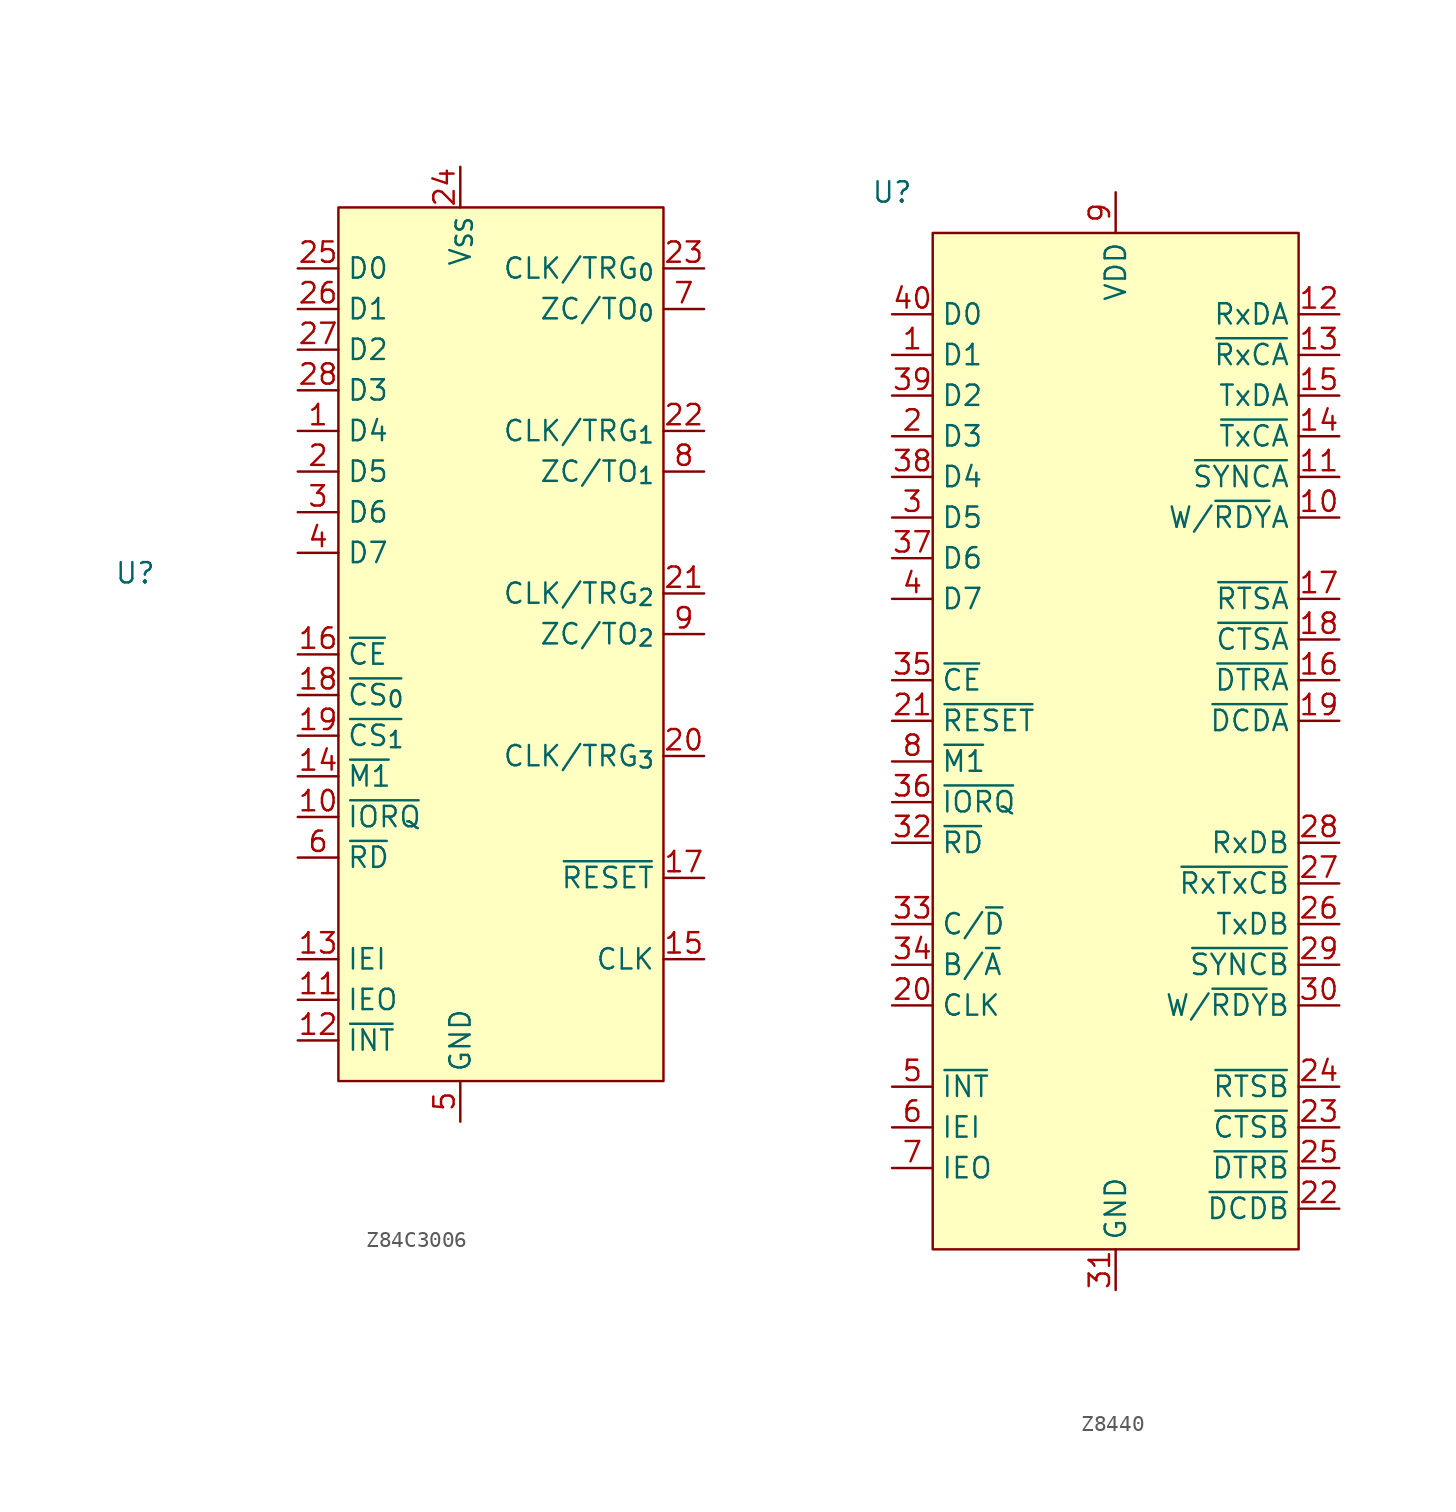
<source format=kicad_sym>
(kicad_symbol_lib
  (version 20220914)
  (generator kicad_symbol_editor)
  (symbol "Z84C3006"
    (property "Reference" "U"
      (at 0 0 0)
      (effects (font (size 1.27 1.27))))
    (property "Value" ""
      (at 0 0 0)
      (effects (font (size 1.27 1.27))))
    (symbol "Z84C3006_0_0"
      (pin bidirectional line (at 10.16 8.89 0) (length 2.54) (name "D4" (effects (font (size 1.27 1.27)))) (number "1" (effects (font (size 1.27 1.27)))))
      (pin input line (at 10.16 -15.24 0) (length 2.54) (name "~{IORQ}" (effects (font (size 1.27 1.27)))) (number "10" (effects (font (size 1.27 1.27)))))
      (pin output line (at 10.16 -26.67 0) (length 2.54) (name "IEO" (effects (font (size 1.27 1.27)))) (number "11" (effects (font (size 1.27 1.27)))))
      (pin input line (at 10.16 -24.13 0) (length 2.54) (name "IEI" (effects (font (size 1.27 1.27)))) (number "13" (effects (font (size 1.27 1.27)))))
      (pin input line (at 10.16 -12.7 0) (length 2.54) (name "~{M1}" (effects (font (size 1.27 1.27)))) (number "14" (effects (font (size 1.27 1.27)))))
      (pin input line (at 35.56 -24.13 180) (length 2.54) (name "CLK" (effects (font (size 1.27 1.27)))) (number "15" (effects (font (size 1.27 1.27)))))
      (pin input line (at 10.16 -5.08 0) (length 2.54) (name "~{CE}" (effects (font (size 1.27 1.27)))) (number "16" (effects (font (size 1.27 1.27)))))
      (pin input line (at 35.56 -19.05 180) (length 2.54) (name "~{RESET}" (effects (font (size 1.27 1.27)))) (number "17" (effects (font (size 1.27 1.27)))))
      (pin input line (at 10.16 -7.62 0) (length 2.54) (name "~{CS_{0}}" (effects (font (size 1.27 1.27)))) (number "18" (effects (font (size 1.27 1.27)))))
      (pin input line (at 10.16 -10.16 0) (length 2.54) (name "~{CS_{1}}" (effects (font (size 1.27 1.27)))) (number "19" (effects (font (size 1.27 1.27)))))
      (pin bidirectional line (at 10.16 6.35 0) (length 2.54) (name "D5" (effects (font (size 1.27 1.27)))) (number "2" (effects (font (size 1.27 1.27)))))
      (pin input line (at 35.56 -11.43 180) (length 2.54) (name "CLK/TRG_{3}" (effects (font (size 1.27 1.27)))) (number "20" (effects (font (size 1.27 1.27)))))
      (pin input line (at 35.56 -1.27 180) (length 2.54) (name "CLK/TRG_{2}" (effects (font (size 1.27 1.27)))) (number "21" (effects (font (size 1.27 1.27)))))
      (pin input line (at 35.56 8.89 180) (length 2.54) (name "CLK/TRG_{1}" (effects (font (size 1.27 1.27)))) (number "22" (effects (font (size 1.27 1.27)))))
      (pin input line (at 35.56 19.05 180) (length 2.54) (name "CLK/TRG_{0}" (effects (font (size 1.27 1.27)))) (number "23" (effects (font (size 1.27 1.27)))))
      (pin power_in line (at 20.32 25.4 270) (length 2.54) (name "V_{SS}" (effects (font (size 1.27 1.27)))) (number "24" (effects (font (size 1.27 1.27)))))
      (pin bidirectional line (at 10.16 19.05 0) (length 2.54) (name "D0" (effects (font (size 1.27 1.27)))) (number "25" (effects (font (size 1.27 1.27)))))
      (pin bidirectional line (at 10.16 16.51 0) (length 2.54) (name "D1" (effects (font (size 1.27 1.27)))) (number "26" (effects (font (size 1.27 1.27)))))
      (pin bidirectional line (at 10.16 13.97 0) (length 2.54) (name "D2" (effects (font (size 1.27 1.27)))) (number "27" (effects (font (size 1.27 1.27)))))
      (pin bidirectional line (at 10.16 11.43 0) (length 2.54) (name "D3" (effects (font (size 1.27 1.27)))) (number "28" (effects (font (size 1.27 1.27)))))
      (pin bidirectional line (at 10.16 3.81 0) (length 2.54) (name "D6" (effects (font (size 1.27 1.27)))) (number "3" (effects (font (size 1.27 1.27)))))
      (pin bidirectional line (at 10.16 1.27 0) (length 2.54) (name "D7" (effects (font (size 1.27 1.27)))) (number "4" (effects (font (size 1.27 1.27)))))
      (pin power_in line (at 20.32 -34.29 90) (length 2.54) (name "GND" (effects (font (size 1.27 1.27)))) (number "5" (effects (font (size 1.27 1.27)))))
      (pin input line (at 10.16 -17.78 0) (length 2.54) (name "~{RD}" (effects (font (size 1.27 1.27)))) (number "6" (effects (font (size 1.27 1.27)))))
      (pin output line (at 35.56 16.51 180) (length 2.54) (name "ZC/TO_{0}" (effects (font (size 1.27 1.27)))) (number "7" (effects (font (size 1.27 1.27)))))
      (pin output line (at 35.56 6.35 180) (length 2.54) (name "ZC/TO_{1}" (effects (font (size 1.27 1.27)))) (number "8" (effects (font (size 1.27 1.27)))))
      (pin output line (at 35.56 -3.81 180) (length 2.54) (name "ZC/TO_{2}" (effects (font (size 1.27 1.27)))) (number "9" (effects (font (size 1.27 1.27))))))
    (symbol "Z84C3006_1_0"
      (pin open_collector line (at 10.16 -29.21 0) (length 2.54) (name "~{INT}" (effects (font (size 1.27 1.27)))) (number "12" (effects (font (size 1.27 1.27))))))
    (symbol "Z84C3006_1_1"
      (rectangle (start 12.7 22.86) (end 33.02 -31.75) (stroke (width 0) (type default)) (fill (type background)))))
  (symbol "Z8440"
    (property "Reference" "U"
      (at -12.7 29.21 0)
      (effects (font (size 1.27 1.27))))
    (property "Value" ""
      (at -12.7 19.05 0)
      (effects (font (size 1.27 1.27))))
    (symbol "Z8440_0_0"
      (pin bidirectional line (at -12.7 19.05 0) (length 2.54) (name "D1" (effects (font (size 1.27 1.27)))) (number "1" (effects (font (size 1.27 1.27)))))
      (pin output line (at 15.24 8.89 180) (length 2.54) (name "W/~{RDY}A" (effects (font (size 1.27 1.27)))) (number "10" (effects (font (size 1.27 1.27)))))
      (pin bidirectional line (at 15.24 11.43 180) (length 2.54) (name "~{SYNCA}" (effects (font (size 1.27 1.27)))) (number "11" (effects (font (size 1.27 1.27)))))
      (pin input line (at 15.24 21.59 180) (length 2.54) (name "RxDA" (effects (font (size 1.27 1.27)))) (number "12" (effects (font (size 1.27 1.27)))))
      (pin input line (at 15.24 19.05 180) (length 2.54) (name "~{RxCA}" (effects (font (size 1.27 1.27)))) (number "13" (effects (font (size 1.27 1.27)))))
      (pin input line (at 15.24 13.97 180) (length 2.54) (name "~{TxCA}" (effects (font (size 1.27 1.27)))) (number "14" (effects (font (size 1.27 1.27)))))
      (pin output line (at 15.24 16.51 180) (length 2.54) (name "TxDA" (effects (font (size 1.27 1.27)))) (number "15" (effects (font (size 1.27 1.27)))))
      (pin output line (at 15.24 -1.27 180) (length 2.54) (name "~{DTRA}" (effects (font (size 1.27 1.27)))) (number "16" (effects (font (size 1.27 1.27)))))
      (pin output line (at 15.24 3.81 180) (length 2.54) (name "~{RTSA}" (effects (font (size 1.27 1.27)))) (number "17" (effects (font (size 1.27 1.27)))))
      (pin input line (at 15.24 1.27 180) (length 2.54) (name "~{CTSA}" (effects (font (size 1.27 1.27)))) (number "18" (effects (font (size 1.27 1.27)))))
      (pin input line (at 15.24 -3.81 180) (length 2.54) (name "~{DCDA}" (effects (font (size 1.27 1.27)))) (number "19" (effects (font (size 1.27 1.27)))))
      (pin bidirectional line (at -12.7 13.97 0) (length 2.54) (name "D3" (effects (font (size 1.27 1.27)))) (number "2" (effects (font (size 1.27 1.27)))))
      (pin input line (at -12.7 -21.59 0) (length 2.54) (name "CLK" (effects (font (size 1.27 1.27)))) (number "20" (effects (font (size 1.27 1.27)))))
      (pin input line (at -12.7 -3.81 0) (length 2.54) (name "~{RESET}" (effects (font (size 1.27 1.27)))) (number "21" (effects (font (size 1.27 1.27)))))
      (pin input line (at 15.24 -34.29 180) (length 2.54) (name "~{DCDB}" (effects (font (size 1.27 1.27)))) (number "22" (effects (font (size 1.27 1.27)))))
      (pin input line (at 15.24 -29.21 180) (length 2.54) (name "~{CTSB}" (effects (font (size 1.27 1.27)))) (number "23" (effects (font (size 1.27 1.27)))))
      (pin output line (at 15.24 -26.67 180) (length 2.54) (name "~{RTSB}" (effects (font (size 1.27 1.27)))) (number "24" (effects (font (size 1.27 1.27)))))
      (pin output line (at 15.24 -31.75 180) (length 2.54) (name "~{DTRB}" (effects (font (size 1.27 1.27)))) (number "25" (effects (font (size 1.27 1.27)))))
      (pin output line (at 15.24 -16.51 180) (length 2.54) (name "TxDB" (effects (font (size 1.27 1.27)))) (number "26" (effects (font (size 1.27 1.27)))))
      (pin input line (at 15.24 -13.97 180) (length 2.54) (name "~{RxTxCB}" (effects (font (size 1.27 1.27)))) (number "27" (effects (font (size 1.27 1.27)))))
      (pin input line (at 15.24 -11.43 180) (length 2.54) (name "RxDB" (effects (font (size 1.27 1.27)))) (number "28" (effects (font (size 1.27 1.27)))))
      (pin bidirectional line (at 15.24 -19.05 180) (length 2.54) (name "~{SYNCB}" (effects (font (size 1.27 1.27)))) (number "29" (effects (font (size 1.27 1.27)))))
      (pin bidirectional line (at -12.7 8.89 0) (length 2.54) (name "D5" (effects (font (size 1.27 1.27)))) (number "3" (effects (font (size 1.27 1.27)))))
      (pin output line (at 15.24 -21.59 180) (length 2.54) (name "W/~{RDY}B" (effects (font (size 1.27 1.27)))) (number "30" (effects (font (size 1.27 1.27)))))
      (pin power_in line (at 1.27 -39.37 90) (length 2.54) (name "GND" (effects (font (size 1.27 1.27)))) (number "31" (effects (font (size 1.27 1.27)))))
      (pin input line (at -12.7 -11.43 0) (length 2.54) (name "~{RD}" (effects (font (size 1.27 1.27)))) (number "32" (effects (font (size 1.27 1.27)))))
      (pin input line (at -12.7 -16.51 0) (length 2.54) (name "C/~{D}" (effects (font (size 1.27 1.27)))) (number "33" (effects (font (size 1.27 1.27)))))
      (pin input line (at -12.7 -19.05 0) (length 2.54) (name "B/~{A}" (effects (font (size 1.27 1.27)))) (number "34" (effects (font (size 1.27 1.27)))))
      (pin input line (at -12.7 -1.27 0) (length 2.54) (name "~{CE}" (effects (font (size 1.27 1.27)))) (number "35" (effects (font (size 1.27 1.27)))))
      (pin input line (at -12.7 -8.89 0) (length 2.54) (name "~{IORQ}" (effects (font (size 1.27 1.27)))) (number "36" (effects (font (size 1.27 1.27)))))
      (pin bidirectional line (at -12.7 6.35 0) (length 2.54) (name "D6" (effects (font (size 1.27 1.27)))) (number "37" (effects (font (size 1.27 1.27)))))
      (pin bidirectional line (at -12.7 11.43 0) (length 2.54) (name "D4" (effects (font (size 1.27 1.27)))) (number "38" (effects (font (size 1.27 1.27)))))
      (pin bidirectional line (at -12.7 16.51 0) (length 2.54) (name "D2" (effects (font (size 1.27 1.27)))) (number "39" (effects (font (size 1.27 1.27)))))
      (pin bidirectional line (at -12.7 3.81 0) (length 2.54) (name "D7" (effects (font (size 1.27 1.27)))) (number "4" (effects (font (size 1.27 1.27)))))
      (pin bidirectional line (at -12.7 21.59 0) (length 2.54) (name "D0" (effects (font (size 1.27 1.27)))) (number "40" (effects (font (size 1.27 1.27)))))
      (pin output line (at -12.7 -26.67 0) (length 2.54) (name "~{INT}" (effects (font (size 1.27 1.27)))) (number "5" (effects (font (size 1.27 1.27)))))
      (pin input line (at -12.7 -29.21 0) (length 2.54) (name "IEI" (effects (font (size 1.27 1.27)))) (number "6" (effects (font (size 1.27 1.27)))))
      (pin output line (at -12.7 -31.75 0) (length 2.54) (name "IEO" (effects (font (size 1.27 1.27)))) (number "7" (effects (font (size 1.27 1.27)))))
      (pin input line (at -12.7 -6.35 0) (length 2.54) (name "~{M1}" (effects (font (size 1.27 1.27)))) (number "8" (effects (font (size 1.27 1.27)))))
      (pin power_in line (at 1.27 29.21 270) (length 2.54) (name "VDD" (effects (font (size 1.27 1.27)))) (number "9" (effects (font (size 1.27 1.27))))))
    (symbol "Z8440_1_1"
      (rectangle (start -10.16 26.67) (end 12.7 -36.83) (stroke (width 0) (type default)) (fill (type background))))))
</source>
